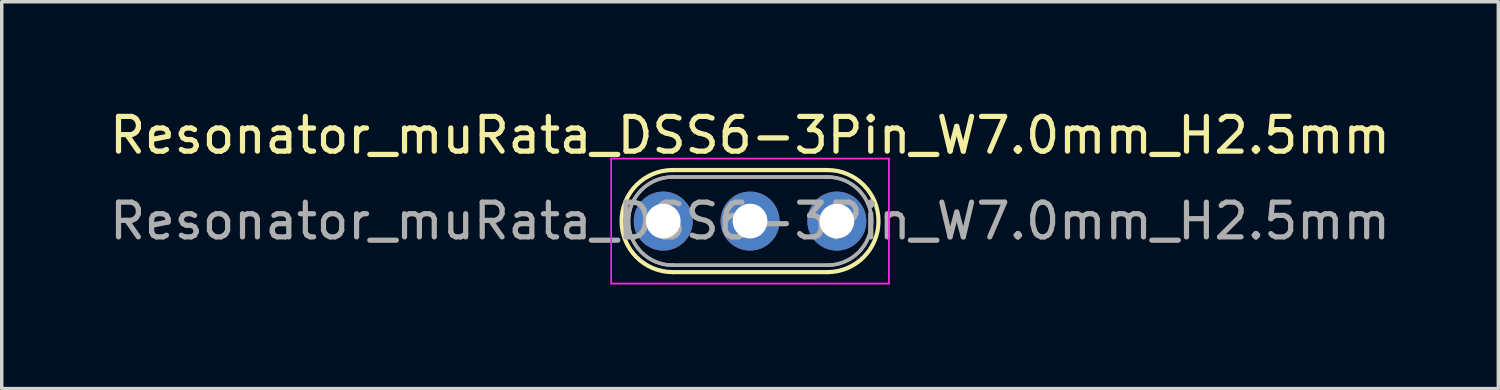
<source format=kicad_pcb>
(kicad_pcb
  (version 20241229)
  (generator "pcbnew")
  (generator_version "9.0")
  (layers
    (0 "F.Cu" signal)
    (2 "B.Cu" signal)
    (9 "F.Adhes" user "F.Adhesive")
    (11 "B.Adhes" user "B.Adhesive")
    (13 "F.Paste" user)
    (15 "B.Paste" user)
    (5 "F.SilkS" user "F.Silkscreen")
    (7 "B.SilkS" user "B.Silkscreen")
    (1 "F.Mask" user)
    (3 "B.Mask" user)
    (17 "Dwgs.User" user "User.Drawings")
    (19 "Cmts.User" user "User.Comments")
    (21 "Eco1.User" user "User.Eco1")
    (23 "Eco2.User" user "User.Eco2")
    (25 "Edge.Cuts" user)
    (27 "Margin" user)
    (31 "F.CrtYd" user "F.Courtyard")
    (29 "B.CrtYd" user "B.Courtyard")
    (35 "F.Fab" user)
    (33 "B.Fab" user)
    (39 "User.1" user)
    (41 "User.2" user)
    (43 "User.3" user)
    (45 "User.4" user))
  (footprint "Resonator_muRata_DSS6-3Pin_W7.0mm_H2.5mm"
    (layer "F.Cu")
    (at 16.054 3.318)
    (property "Reference" "Resonator_muRata_DSS6-3Pin_W7.0mm_H2.5mm" (at 2.5 -2.47 0) (layer "F.SilkS") (effects (font (size 1 1) (thickness 0.15))))
    (attr through_hole)
    (fp_line (start 0.27 -1.47) (end 4.73 -1.47) (stroke (width 0.12) (type solid)) (layer "F.SilkS"))
    (fp_line (start 0.27 1.47) (end 4.73 1.47) (stroke (width 0.12) (type solid)) (layer "F.SilkS"))
    (fp_arc (start 0.27 1.47) (mid -1.2 0) (end 0.27 -1.47) (stroke (width 0.12) (type solid)) (layer "F.SilkS"))
    (fp_arc (start 4.73 -1.47) (mid 6.2 0) (end 4.73 1.47) (stroke (width 0.12) (type solid)) (layer "F.SilkS"))
    (fp_line (start -1.5 -1.8) (end -1.5 1.8) (stroke (width 0.05) (type solid)) (layer "F.CrtYd"))
    (fp_line (start -1.5 1.8) (end 6.5 1.8) (stroke (width 0.05) (type solid)) (layer "F.CrtYd"))
    (fp_line (start 6.5 -1.8) (end -1.5 -1.8) (stroke (width 0.05) (type solid)) (layer "F.CrtYd"))
    (fp_line (start 6.5 1.8) (end 6.5 -1.8) (stroke (width 0.05) (type solid)) (layer "F.CrtYd"))
    (fp_line (start 0.27 -1.27) (end 4.73 -1.27) (stroke (width 0.1) (type solid)) (layer "F.Fab"))
    (fp_line (start 0.27 -1.27) (end 4.73 -1.27) (stroke (width 0.1) (type solid)) (layer "F.Fab"))
    (fp_line (start 0.27 1.27) (end 4.73 1.27) (stroke (width 0.1) (type solid)) (layer "F.Fab"))
    (fp_line (start 0.27 1.27) (end 4.73 1.27) (stroke (width 0.1) (type solid)) (layer "F.Fab"))
    (fp_arc (start 0.27 1.27) (mid -1 0) (end 0.27 -1.27) (stroke (width 0.1) (type solid)) (layer "F.Fab"))
    (fp_arc (start 0.27 1.27) (mid -1 0) (end 0.27 -1.27) (stroke (width 0.1) (type solid)) (layer "F.Fab"))
    (fp_arc (start 4.73 -1.27) (mid 6 0) (end 4.73 1.27) (stroke (width 0.1) (type solid)) (layer "F.Fab"))
    (fp_arc (start 4.73 -1.27) (mid 6 0) (end 4.73 1.27) (stroke (width 0.1) (type solid)) (layer "F.Fab"))
    (fp_text user "${REFERENCE}" (at 2.5 0 0) (layer "F.Fab") (effects (font (size 1 1) (thickness 0.15))))
    (pad "1" thru_hole circle (at 0 0) (size 1.7 1.7) (drill 1) (layers "*.Cu" "*.Mask"))
    (pad "2" thru_hole circle (at 2.5 0) (size 1.7 1.7) (drill 1) (layers "*.Cu" "*.Mask"))
    (pad "3" thru_hole circle (at 5 0) (size 1.7 1.7) (drill 1) (layers "*.Cu" "*.Mask")))
  (gr_rect
    (start -3 -3)
    (end 40.107 8.143)
    (stroke (width 0.1) (type default))
    (fill no)
    (layer "Edge.Cuts")))
</source>
